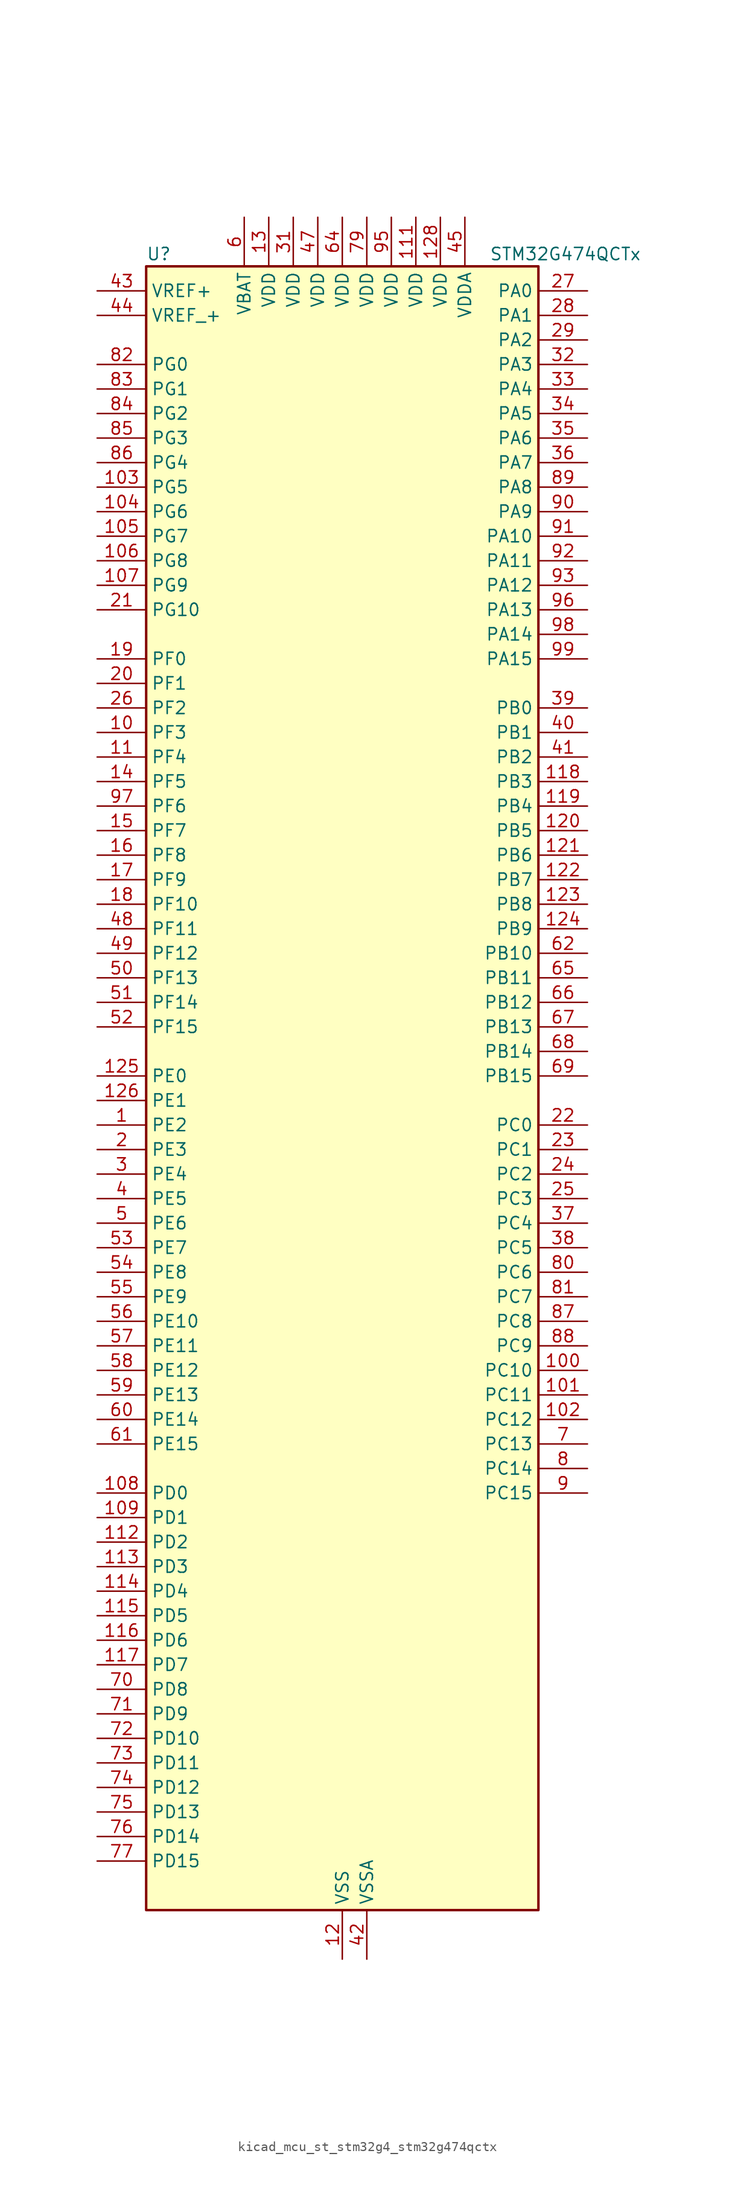
<source format=kicad_sym>
(kicad_symbol_lib
  (version 20220914)
  (generator kicad_symbol_editor)
  (symbol "kicad_mcu_st_stm32g4_stm32g474qctx"
    (property "Reference" "U"
      (at -20.32 87.63 0)
      (effects (font (size 1.27 1.27)) (justify left)))
    (property "Value" "STM32G474QCTx"
      (at 15.24 87.63 0)
      (effects (font (size 1.27 1.27)) (justify left)))
    (property "ki_locked" ""
      (at 0 0 0)
      (effects (font (size 1.27 1.27))))
    (symbol "kicad_mcu_st_stm32g4_stm32g474qctx_0_1"
      (rectangle (start -20.32 -83.82) (end 20.32 86.36) (stroke (width 0.254) (type default)) (fill (type background))))
    (symbol "kicad_mcu_st_stm32g4_stm32g474qctx_1_1"
      (pin bidirectional line (at -25.4 -2.54 0) (length 5.08) (name "PE2" (effects (font (size 1.27 1.27)))) (number "1" (effects (font (size 1.27 1.27)))) (alternate "ADC3_EXTI2" bidirectional line) (alternate "ADC4_EXTI2" bidirectional line) (alternate "ADC5_EXTI2" bidirectional line) (alternate "FMC_A23" bidirectional line) (alternate "SAI1_CK1" bidirectional line) (alternate "SAI1_MCLK_A" bidirectional line) (alternate "SPI4_SCK" bidirectional line) (alternate "SYS_TRACECLK" bidirectional line) (alternate "TIM20_CH1" bidirectional line) (alternate "TIM3_CH1" bidirectional line))
      (pin bidirectional line (at -25.4 38.1 0) (length 5.08) (name "PF3" (effects (font (size 1.27 1.27)))) (number "10" (effects (font (size 1.27 1.27)))) (alternate "ADC3_EXTI3" bidirectional line) (alternate "ADC4_EXTI3" bidirectional line) (alternate "ADC5_EXTI3" bidirectional line) (alternate "FMC_A3" bidirectional line) (alternate "I2C3_SCL" bidirectional line) (alternate "TIM20_CH4" bidirectional line))
      (pin bidirectional line (at 25.4 -27.94 180) (length 5.08) (name "PC10" (effects (font (size 1.27 1.27)))) (number "100" (effects (font (size 1.27 1.27)))) (alternate "DAC1_EXTI10" bidirectional line) (alternate "DAC2_EXTI10" bidirectional line) (alternate "DAC3_EXTI10" bidirectional line) (alternate "DAC4_EXTI10" bidirectional line) (alternate "HRTIM1_FLT6" bidirectional line) (alternate "I2S3_CK" bidirectional line) (alternate "SPI3_SCK" bidirectional line) (alternate "TIM8_CH1N" bidirectional line) (alternate "UART4_TX" bidirectional line) (alternate "USART3_TX" bidirectional line))
      (pin bidirectional line (at 25.4 -30.48 180) (length 5.08) (name "PC11" (effects (font (size 1.27 1.27)))) (number "101" (effects (font (size 1.27 1.27)))) (alternate "ADC1_EXTI11" bidirectional line) (alternate "ADC2_EXTI11" bidirectional line) (alternate "HRTIM1_EEV2" bidirectional line) (alternate "I2C3_SDA" bidirectional line) (alternate "SPI3_MISO" bidirectional line) (alternate "TIM8_CH2N" bidirectional line) (alternate "UART4_RX" bidirectional line) (alternate "USART3_RX" bidirectional line))
      (pin bidirectional line (at 25.4 -33.02 180) (length 5.08) (name "PC12" (effects (font (size 1.27 1.27)))) (number "102" (effects (font (size 1.27 1.27)))) (alternate "HRTIM1_EEV1" bidirectional line) (alternate "I2S3_SD" bidirectional line) (alternate "SPI3_MOSI" bidirectional line) (alternate "TIM5_CH2" bidirectional line) (alternate "TIM8_CH3N" bidirectional line) (alternate "UART5_TX" bidirectional line) (alternate "UCPD1_FRSTX1" bidirectional line) (alternate "UCPD1_FRSTX2" bidirectional line) (alternate "USART3_CK" bidirectional line))
      (pin bidirectional line (at -25.4 63.5 0) (length 5.08) (name "PG5" (effects (font (size 1.27 1.27)))) (number "103" (effects (font (size 1.27 1.27)))) (alternate "FMC_A15" bidirectional line) (alternate "LPUART1_CTS" bidirectional line) (alternate "SPI1_NSS" bidirectional line) (alternate "TIM20_ETR" bidirectional line))
      (pin bidirectional line (at -25.4 60.96 0) (length 5.08) (name "PG6" (effects (font (size 1.27 1.27)))) (number "104" (effects (font (size 1.27 1.27)))) (alternate "FMC_INT" bidirectional line) (alternate "I2C3_SMBA" bidirectional line) (alternate "LPUART1_DE" bidirectional line) (alternate "LPUART1_RTS" bidirectional line) (alternate "TIM20_BKIN" bidirectional line))
      (pin bidirectional line (at -25.4 58.42 0) (length 5.08) (name "PG7" (effects (font (size 1.27 1.27)))) (number "105" (effects (font (size 1.27 1.27)))) (alternate "FMC_INT" bidirectional line) (alternate "I2C3_SCL" bidirectional line) (alternate "LPUART1_TX" bidirectional line) (alternate "SAI1_CK1" bidirectional line) (alternate "SAI1_MCLK_A" bidirectional line))
      (pin bidirectional line (at -25.4 55.88 0) (length 5.08) (name "PG8" (effects (font (size 1.27 1.27)))) (number "106" (effects (font (size 1.27 1.27)))) (alternate "FMC_NE3" bidirectional line) (alternate "I2C3_SDA" bidirectional line) (alternate "LPUART1_RX" bidirectional line))
      (pin bidirectional line (at -25.4 53.34 0) (length 5.08) (name "PG9" (effects (font (size 1.27 1.27)))) (number "107" (effects (font (size 1.27 1.27)))) (alternate "DAC1_EXTI9" bidirectional line) (alternate "DAC2_EXTI9" bidirectional line) (alternate "DAC3_EXTI9" bidirectional line) (alternate "DAC4_EXTI9" bidirectional line) (alternate "FMC_NCE" bidirectional line) (alternate "FMC_NE2" bidirectional line) (alternate "SPI3_SCK" bidirectional line) (alternate "TIM15_CH1N" bidirectional line) (alternate "USART1_TX" bidirectional line))
      (pin bidirectional line (at -25.4 -40.64 0) (length 5.08) (name "PD0" (effects (font (size 1.27 1.27)))) (number "108" (effects (font (size 1.27 1.27)))) (alternate "FDCAN1_RX" bidirectional line) (alternate "FMC_D2" bidirectional line) (alternate "FMC_DA2" bidirectional line) (alternate "TIM8_CH4N" bidirectional line))
      (pin bidirectional line (at -25.4 -43.18 0) (length 5.08) (name "PD1" (effects (font (size 1.27 1.27)))) (number "109" (effects (font (size 1.27 1.27)))) (alternate "FDCAN1_TX" bidirectional line) (alternate "FMC_D3" bidirectional line) (alternate "FMC_DA3" bidirectional line) (alternate "TIM8_BKIN2" bidirectional line) (alternate "TIM8_CH4" bidirectional line))
      (pin bidirectional line (at -25.4 35.56 0) (length 5.08) (name "PF4" (effects (font (size 1.27 1.27)))) (number "11" (effects (font (size 1.27 1.27)))) (alternate "COMP1_OUT" bidirectional line) (alternate "FMC_A4" bidirectional line) (alternate "I2C3_SDA" bidirectional line) (alternate "TIM20_CH1N" bidirectional line))
      (pin passive line (at 0 -88.9 90) (length 5.08) hide (name "VSS" (effects (font (size 1.27 1.27)))) (number "110" (effects (font (size 1.27 1.27)))))
      (pin power_in line (at 7.62 91.44 270) (length 5.08) (name "VDD" (effects (font (size 1.27 1.27)))) (number "111" (effects (font (size 1.27 1.27)))))
      (pin bidirectional line (at -25.4 -45.72 0) (length 5.08) (name "PD2" (effects (font (size 1.27 1.27)))) (number "112" (effects (font (size 1.27 1.27)))) (alternate "ADC3_EXTI2" bidirectional line) (alternate "ADC4_EXTI2" bidirectional line) (alternate "ADC5_EXTI2" bidirectional line) (alternate "TIM3_ETR" bidirectional line) (alternate "TIM8_BKIN" bidirectional line) (alternate "UART5_RX" bidirectional line))
      (pin bidirectional line (at -25.4 -48.26 0) (length 5.08) (name "PD3" (effects (font (size 1.27 1.27)))) (number "113" (effects (font (size 1.27 1.27)))) (alternate "ADC3_EXTI3" bidirectional line) (alternate "ADC4_EXTI3" bidirectional line) (alternate "ADC5_EXTI3" bidirectional line) (alternate "FMC_CLK" bidirectional line) (alternate "QUADSPI1_BK2_NCS" bidirectional line) (alternate "TIM2_CH1" bidirectional line) (alternate "TIM2_ETR" bidirectional line) (alternate "USART2_CTS" bidirectional line) (alternate "USART2_NSS" bidirectional line))
      (pin bidirectional line (at -25.4 -50.8 0) (length 5.08) (name "PD4" (effects (font (size 1.27 1.27)))) (number "114" (effects (font (size 1.27 1.27)))) (alternate "FMC_NOE" bidirectional line) (alternate "QUADSPI1_BK2_IO0" bidirectional line) (alternate "TIM2_CH2" bidirectional line) (alternate "USART2_DE" bidirectional line) (alternate "USART2_RTS" bidirectional line))
      (pin bidirectional line (at -25.4 -53.34 0) (length 5.08) (name "PD5" (effects (font (size 1.27 1.27)))) (number "115" (effects (font (size 1.27 1.27)))) (alternate "FMC_NWE" bidirectional line) (alternate "QUADSPI1_BK2_IO1" bidirectional line) (alternate "USART2_TX" bidirectional line))
      (pin bidirectional line (at -25.4 -55.88 0) (length 5.08) (name "PD6" (effects (font (size 1.27 1.27)))) (number "116" (effects (font (size 1.27 1.27)))) (alternate "FMC_NWAIT" bidirectional line) (alternate "QUADSPI1_BK2_IO2" bidirectional line) (alternate "SAI1_D1" bidirectional line) (alternate "SAI1_SD_A" bidirectional line) (alternate "TIM2_CH4" bidirectional line) (alternate "USART2_RX" bidirectional line))
      (pin bidirectional line (at -25.4 -58.42 0) (length 5.08) (name "PD7" (effects (font (size 1.27 1.27)))) (number "117" (effects (font (size 1.27 1.27)))) (alternate "FMC_NCE" bidirectional line) (alternate "FMC_NE1" bidirectional line) (alternate "QUADSPI1_BK2_IO3" bidirectional line) (alternate "TIM2_CH3" bidirectional line) (alternate "USART2_CK" bidirectional line))
      (pin bidirectional line (at 25.4 33.02 180) (length 5.08) (name "PB3" (effects (font (size 1.27 1.27)))) (number "118" (effects (font (size 1.27 1.27)))) (alternate "ADC3_EXTI3" bidirectional line) (alternate "ADC4_EXTI3" bidirectional line) (alternate "ADC5_EXTI3" bidirectional line) (alternate "CRS_SYNC" bidirectional line) (alternate "FDCAN3_RX" bidirectional line) (alternate "HRTIM1_EEV9" bidirectional line) (alternate "HRTIM1_SCOUT" bidirectional line) (alternate "I2S3_CK" bidirectional line) (alternate "SAI1_SCK_B" bidirectional line) (alternate "SPI1_SCK" bidirectional line) (alternate "SPI3_SCK" bidirectional line) (alternate "SYS_JTDO-SWO" bidirectional line) (alternate "TIM2_CH2" bidirectional line) (alternate "TIM3_ETR" bidirectional line) (alternate "TIM4_ETR" bidirectional line) (alternate "TIM8_CH1N" bidirectional line) (alternate "USART2_TX" bidirectional line))
      (pin bidirectional line (at 25.4 30.48 180) (length 5.08) (name "PB4" (effects (font (size 1.27 1.27)))) (number "119" (effects (font (size 1.27 1.27)))) (alternate "FDCAN3_TX" bidirectional line) (alternate "HRTIM1_EEV7" bidirectional line) (alternate "SAI1_MCLK_B" bidirectional line) (alternate "SPI1_MISO" bidirectional line) (alternate "SPI3_MISO" bidirectional line) (alternate "SYS_JTRST" bidirectional line) (alternate "TIM16_CH1" bidirectional line) (alternate "TIM17_BKIN" bidirectional line) (alternate "TIM3_CH1" bidirectional line) (alternate "TIM8_CH2N" bidirectional line) (alternate "UART5_DE" bidirectional line) (alternate "UART5_RTS" bidirectional line) (alternate "UCPD1_CC2" bidirectional line) (alternate "USART2_RX" bidirectional line))
      (pin power_in line (at 0 -88.9 90) (length 5.08) (name "VSS" (effects (font (size 1.27 1.27)))) (number "12" (effects (font (size 1.27 1.27)))))
      (pin bidirectional line (at 25.4 27.94 180) (length 5.08) (name "PB5" (effects (font (size 1.27 1.27)))) (number "120" (effects (font (size 1.27 1.27)))) (alternate "FDCAN2_RX" bidirectional line) (alternate "HRTIM1_EEV6" bidirectional line) (alternate "I2C1_SMBA" bidirectional line) (alternate "I2C3_SDA" bidirectional line) (alternate "I2S3_SD" bidirectional line) (alternate "LPTIM1_IN1" bidirectional line) (alternate "SAI1_SD_B" bidirectional line) (alternate "SPI1_MOSI" bidirectional line) (alternate "SPI3_MOSI" bidirectional line) (alternate "TIM16_BKIN" bidirectional line) (alternate "TIM17_CH1" bidirectional line) (alternate "TIM3_CH2" bidirectional line) (alternate "TIM8_CH3N" bidirectional line) (alternate "UART5_CTS" bidirectional line) (alternate "USART2_CK" bidirectional line))
      (pin bidirectional line (at 25.4 25.4 180) (length 5.08) (name "PB6" (effects (font (size 1.27 1.27)))) (number "121" (effects (font (size 1.27 1.27)))) (alternate "COMP4_OUT" bidirectional line) (alternate "FDCAN2_TX" bidirectional line) (alternate "HRTIM1_EEV4" bidirectional line) (alternate "HRTIM1_SCIN" bidirectional line) (alternate "LPTIM1_ETR" bidirectional line) (alternate "SAI1_FS_B" bidirectional line) (alternate "TIM16_CH1N" bidirectional line) (alternate "TIM4_CH1" bidirectional line) (alternate "TIM8_BKIN2" bidirectional line) (alternate "TIM8_CH1" bidirectional line) (alternate "TIM8_ETR" bidirectional line) (alternate "UCPD1_CC1" bidirectional line) (alternate "USART1_TX" bidirectional line))
      (pin bidirectional line (at 25.4 22.86 180) (length 5.08) (name "PB7" (effects (font (size 1.27 1.27)))) (number "122" (effects (font (size 1.27 1.27)))) (alternate "COMP3_OUT" bidirectional line) (alternate "FMC_NL" bidirectional line) (alternate "HRTIM1_EEV3" bidirectional line) (alternate "I2C1_SDA" bidirectional line) (alternate "I2C4_SDA" bidirectional line) (alternate "LPTIM1_IN2" bidirectional line) (alternate "SYS_PVD_IN" bidirectional line) (alternate "TIM17_CH1N" bidirectional line) (alternate "TIM3_CH4" bidirectional line) (alternate "TIM4_CH2" bidirectional line) (alternate "TIM8_BKIN" bidirectional line) (alternate "UART4_CTS" bidirectional line) (alternate "USART1_RX" bidirectional line))
      (pin bidirectional line (at 25.4 20.32 180) (length 5.08) (name "PB8" (effects (font (size 1.27 1.27)))) (number "123" (effects (font (size 1.27 1.27)))) (alternate "COMP1_OUT" bidirectional line) (alternate "FDCAN1_RX" bidirectional line) (alternate "HRTIM1_EEV8" bidirectional line) (alternate "I2C1_SCL" bidirectional line) (alternate "SAI1_CK1" bidirectional line) (alternate "SAI1_MCLK_A" bidirectional line) (alternate "TIM16_CH1" bidirectional line) (alternate "TIM1_BKIN" bidirectional line) (alternate "TIM4_CH3" bidirectional line) (alternate "TIM8_CH2" bidirectional line) (alternate "USART3_RX" bidirectional line))
      (pin bidirectional line (at 25.4 17.78 180) (length 5.08) (name "PB9" (effects (font (size 1.27 1.27)))) (number "124" (effects (font (size 1.27 1.27)))) (alternate "COMP2_OUT" bidirectional line) (alternate "DAC1_EXTI9" bidirectional line) (alternate "DAC2_EXTI9" bidirectional line) (alternate "DAC3_EXTI9" bidirectional line) (alternate "DAC4_EXTI9" bidirectional line) (alternate "FDCAN1_TX" bidirectional line) (alternate "HRTIM1_EEV5" bidirectional line) (alternate "I2C1_SDA" bidirectional line) (alternate "IR_OUT" bidirectional line) (alternate "SAI1_D2" bidirectional line) (alternate "SAI1_FS_A" bidirectional line) (alternate "TIM17_CH1" bidirectional line) (alternate "TIM1_CH3N" bidirectional line) (alternate "TIM4_CH4" bidirectional line) (alternate "TIM8_CH3" bidirectional line) (alternate "USART3_TX" bidirectional line))
      (pin bidirectional line (at -25.4 2.54 0) (length 5.08) (name "PE0" (effects (font (size 1.27 1.27)))) (number "125" (effects (font (size 1.27 1.27)))) (alternate "FMC_NBL0" bidirectional line) (alternate "TIM16_CH1" bidirectional line) (alternate "TIM20_CH4N" bidirectional line) (alternate "TIM20_ETR" bidirectional line) (alternate "TIM4_ETR" bidirectional line) (alternate "USART1_TX" bidirectional line))
      (pin bidirectional line (at -25.4 0 0) (length 5.08) (name "PE1" (effects (font (size 1.27 1.27)))) (number "126" (effects (font (size 1.27 1.27)))) (alternate "FMC_NBL1" bidirectional line) (alternate "TIM17_CH1" bidirectional line) (alternate "TIM20_CH4" bidirectional line) (alternate "USART1_RX" bidirectional line))
      (pin passive line (at 0 -88.9 90) (length 5.08) hide (name "VSS" (effects (font (size 1.27 1.27)))) (number "127" (effects (font (size 1.27 1.27)))))
      (pin power_in line (at 10.16 91.44 270) (length 5.08) (name "VDD" (effects (font (size 1.27 1.27)))) (number "128" (effects (font (size 1.27 1.27)))))
      (pin power_in line (at -7.62 91.44 270) (length 5.08) (name "VDD" (effects (font (size 1.27 1.27)))) (number "13" (effects (font (size 1.27 1.27)))))
      (pin bidirectional line (at -25.4 33.02 0) (length 5.08) (name "PF5" (effects (font (size 1.27 1.27)))) (number "14" (effects (font (size 1.27 1.27)))) (alternate "FMC_A5" bidirectional line) (alternate "TIM20_CH2N" bidirectional line))
      (pin bidirectional line (at -25.4 27.94 0) (length 5.08) (name "PF7" (effects (font (size 1.27 1.27)))) (number "15" (effects (font (size 1.27 1.27)))) (alternate "FMC_A1" bidirectional line) (alternate "QUADSPI1_BK1_IO2" bidirectional line) (alternate "SAI1_MCLK_B" bidirectional line) (alternate "TIM20_BKIN" bidirectional line) (alternate "TIM5_CH2" bidirectional line))
      (pin bidirectional line (at -25.4 25.4 0) (length 5.08) (name "PF8" (effects (font (size 1.27 1.27)))) (number "16" (effects (font (size 1.27 1.27)))) (alternate "FMC_A24" bidirectional line) (alternate "QUADSPI1_BK1_IO0" bidirectional line) (alternate "SAI1_SCK_B" bidirectional line) (alternate "TIM20_BKIN2" bidirectional line) (alternate "TIM5_CH3" bidirectional line))
      (pin bidirectional line (at -25.4 22.86 0) (length 5.08) (name "PF9" (effects (font (size 1.27 1.27)))) (number "17" (effects (font (size 1.27 1.27)))) (alternate "DAC1_EXTI9" bidirectional line) (alternate "DAC2_EXTI9" bidirectional line) (alternate "DAC3_EXTI9" bidirectional line) (alternate "DAC4_EXTI9" bidirectional line) (alternate "FMC_A25" bidirectional line) (alternate "QUADSPI1_BK1_IO1" bidirectional line) (alternate "SAI1_FS_B" bidirectional line) (alternate "SPI2_SCK" bidirectional line) (alternate "TIM15_CH1" bidirectional line) (alternate "TIM20_BKIN" bidirectional line) (alternate "TIM5_CH4" bidirectional line))
      (pin bidirectional line (at -25.4 20.32 0) (length 5.08) (name "PF10" (effects (font (size 1.27 1.27)))) (number "18" (effects (font (size 1.27 1.27)))) (alternate "DAC1_EXTI10" bidirectional line) (alternate "DAC2_EXTI10" bidirectional line) (alternate "DAC3_EXTI10" bidirectional line) (alternate "DAC4_EXTI10" bidirectional line) (alternate "FMC_A0" bidirectional line) (alternate "QUADSPI1_CLK" bidirectional line) (alternate "SAI1_D3" bidirectional line) (alternate "SPI2_SCK" bidirectional line) (alternate "TIM15_CH2" bidirectional line) (alternate "TIM20_BKIN2" bidirectional line))
      (pin bidirectional line (at -25.4 45.72 0) (length 5.08) (name "PF0" (effects (font (size 1.27 1.27)))) (number "19" (effects (font (size 1.27 1.27)))) (alternate "ADC1_IN10" bidirectional line) (alternate "I2C2_SDA" bidirectional line) (alternate "I2S2_WS" bidirectional line) (alternate "RCC_OSC_IN" bidirectional line) (alternate "SPI2_NSS" bidirectional line) (alternate "TIM1_CH3N" bidirectional line))
      (pin bidirectional line (at -25.4 -5.08 0) (length 5.08) (name "PE3" (effects (font (size 1.27 1.27)))) (number "2" (effects (font (size 1.27 1.27)))) (alternate "ADC3_EXTI3" bidirectional line) (alternate "ADC4_EXTI3" bidirectional line) (alternate "ADC5_EXTI3" bidirectional line) (alternate "FMC_A19" bidirectional line) (alternate "SAI1_SD_B" bidirectional line) (alternate "SPI4_NSS" bidirectional line) (alternate "SYS_TRACED0" bidirectional line) (alternate "TIM20_CH2" bidirectional line) (alternate "TIM3_CH2" bidirectional line))
      (pin bidirectional line (at -25.4 43.18 0) (length 5.08) (name "PF1" (effects (font (size 1.27 1.27)))) (number "20" (effects (font (size 1.27 1.27)))) (alternate "ADC2_IN10" bidirectional line) (alternate "COMP3_INM" bidirectional line) (alternate "I2S2_CK" bidirectional line) (alternate "RCC_OSC_OUT" bidirectional line) (alternate "SPI2_SCK" bidirectional line))
      (pin bidirectional line (at -25.4 50.8 0) (length 5.08) (name "PG10" (effects (font (size 1.27 1.27)))) (number "21" (effects (font (size 1.27 1.27)))) (alternate "DAC1_EXTI10" bidirectional line) (alternate "DAC2_EXTI10" bidirectional line) (alternate "DAC3_EXTI10" bidirectional line) (alternate "DAC4_EXTI10" bidirectional line) (alternate "RCC_MCO" bidirectional line))
      (pin bidirectional line (at 25.4 -2.54 180) (length 5.08) (name "PC0" (effects (font (size 1.27 1.27)))) (number "22" (effects (font (size 1.27 1.27)))) (alternate "ADC1_IN6" bidirectional line) (alternate "ADC2_IN6" bidirectional line) (alternate "COMP3_INM" bidirectional line) (alternate "LPTIM1_IN1" bidirectional line) (alternate "LPUART1_RX" bidirectional line) (alternate "TIM1_CH1" bidirectional line))
      (pin bidirectional line (at 25.4 -5.08 180) (length 5.08) (name "PC1" (effects (font (size 1.27 1.27)))) (number "23" (effects (font (size 1.27 1.27)))) (alternate "ADC1_IN7" bidirectional line) (alternate "ADC2_IN7" bidirectional line) (alternate "COMP3_INP" bidirectional line) (alternate "LPTIM1_OUT" bidirectional line) (alternate "LPUART1_TX" bidirectional line) (alternate "QUADSPI1_BK2_IO0" bidirectional line) (alternate "SAI1_SD_A" bidirectional line) (alternate "TIM1_CH2" bidirectional line))
      (pin bidirectional line (at 25.4 -7.62 180) (length 5.08) (name "PC2" (effects (font (size 1.27 1.27)))) (number "24" (effects (font (size 1.27 1.27)))) (alternate "ADC1_IN8" bidirectional line) (alternate "ADC2_IN8" bidirectional line) (alternate "ADC3_EXTI2" bidirectional line) (alternate "ADC4_EXTI2" bidirectional line) (alternate "ADC5_EXTI2" bidirectional line) (alternate "COMP3_OUT" bidirectional line) (alternate "LPTIM1_IN2" bidirectional line) (alternate "QUADSPI1_BK2_IO1" bidirectional line) (alternate "TIM1_CH3" bidirectional line) (alternate "TIM20_CH2" bidirectional line))
      (pin bidirectional line (at 25.4 -10.16 180) (length 5.08) (name "PC3" (effects (font (size 1.27 1.27)))) (number "25" (effects (font (size 1.27 1.27)))) (alternate "ADC1_IN9" bidirectional line) (alternate "ADC2_IN9" bidirectional line) (alternate "ADC3_EXTI3" bidirectional line) (alternate "ADC4_EXTI3" bidirectional line) (alternate "ADC5_EXTI3" bidirectional line) (alternate "LPTIM1_ETR" bidirectional line) (alternate "OPAMP5_VINP" bidirectional line) (alternate "OPAMP5_VINP_SEC" bidirectional line) (alternate "QUADSPI1_BK2_IO2" bidirectional line) (alternate "SAI1_D1" bidirectional line) (alternate "SAI1_SD_A" bidirectional line) (alternate "TIM1_BKIN2" bidirectional line) (alternate "TIM1_CH4" bidirectional line))
      (pin bidirectional line (at -25.4 40.64 0) (length 5.08) (name "PF2" (effects (font (size 1.27 1.27)))) (number "26" (effects (font (size 1.27 1.27)))) (alternate "ADC3_EXTI2" bidirectional line) (alternate "ADC4_EXTI2" bidirectional line) (alternate "ADC5_EXTI2" bidirectional line) (alternate "FMC_A2" bidirectional line) (alternate "I2C2_SMBA" bidirectional line) (alternate "TIM20_CH3" bidirectional line))
      (pin bidirectional line (at 25.4 83.82 180) (length 5.08) (name "PA0" (effects (font (size 1.27 1.27)))) (number "27" (effects (font (size 1.27 1.27)))) (alternate "ADC1_IN1" bidirectional line) (alternate "ADC2_IN1" bidirectional line) (alternate "COMP1_INM" bidirectional line) (alternate "COMP1_OUT" bidirectional line) (alternate "COMP3_INP" bidirectional line) (alternate "RTC_TAMP2" bidirectional line) (alternate "SYS_WKUP1" bidirectional line) (alternate "TIM2_CH1" bidirectional line) (alternate "TIM2_ETR" bidirectional line) (alternate "TIM5_CH1" bidirectional line) (alternate "TIM8_BKIN" bidirectional line) (alternate "TIM8_ETR" bidirectional line) (alternate "USART2_CTS" bidirectional line) (alternate "USART2_NSS" bidirectional line))
      (pin bidirectional line (at 25.4 81.28 180) (length 5.08) (name "PA1" (effects (font (size 1.27 1.27)))) (number "28" (effects (font (size 1.27 1.27)))) (alternate "ADC1_IN2" bidirectional line) (alternate "ADC2_IN2" bidirectional line) (alternate "COMP1_INP" bidirectional line) (alternate "OPAMP1_VINP" bidirectional line) (alternate "OPAMP1_VINP_SEC" bidirectional line) (alternate "OPAMP3_VINP" bidirectional line) (alternate "OPAMP3_VINP_SEC" bidirectional line) (alternate "OPAMP6_VINM" bidirectional line) (alternate "OPAMP6_VINM0" bidirectional line) (alternate "OPAMP6_VINM_SEC" bidirectional line) (alternate "RTC_REFIN" bidirectional line) (alternate "TIM15_CH1N" bidirectional line) (alternate "TIM2_CH2" bidirectional line) (alternate "TIM5_CH2" bidirectional line) (alternate "USART2_DE" bidirectional line) (alternate "USART2_RTS" bidirectional line))
      (pin bidirectional line (at 25.4 78.74 180) (length 5.08) (name "PA2" (effects (font (size 1.27 1.27)))) (number "29" (effects (font (size 1.27 1.27)))) (alternate "ADC1_IN3" bidirectional line) (alternate "ADC3_EXTI2" bidirectional line) (alternate "ADC4_EXTI2" bidirectional line) (alternate "ADC5_EXTI2" bidirectional line) (alternate "COMP2_INM" bidirectional line) (alternate "COMP2_OUT" bidirectional line) (alternate "LPUART1_TX" bidirectional line) (alternate "OPAMP1_VOUT" bidirectional line) (alternate "QUADSPI1_BK1_NCS" bidirectional line) (alternate "RCC_LSCO" bidirectional line) (alternate "SYS_WKUP4" bidirectional line) (alternate "TIM15_CH1" bidirectional line) (alternate "TIM2_CH3" bidirectional line) (alternate "TIM5_CH3" bidirectional line) (alternate "UCPD1_FRSTX1" bidirectional line) (alternate "UCPD1_FRSTX2" bidirectional line) (alternate "USART2_TX" bidirectional line))
      (pin bidirectional line (at -25.4 -7.62 0) (length 5.08) (name "PE4" (effects (font (size 1.27 1.27)))) (number "3" (effects (font (size 1.27 1.27)))) (alternate "FMC_A20" bidirectional line) (alternate "SAI1_D2" bidirectional line) (alternate "SAI1_FS_A" bidirectional line) (alternate "SPI4_NSS" bidirectional line) (alternate "SYS_TRACED1" bidirectional line) (alternate "TIM20_CH1N" bidirectional line) (alternate "TIM3_CH3" bidirectional line))
      (pin passive line (at 0 -88.9 90) (length 5.08) hide (name "VSS" (effects (font (size 1.27 1.27)))) (number "30" (effects (font (size 1.27 1.27)))))
      (pin power_in line (at -5.08 91.44 270) (length 5.08) (name "VDD" (effects (font (size 1.27 1.27)))) (number "31" (effects (font (size 1.27 1.27)))))
      (pin bidirectional line (at 25.4 76.2 180) (length 5.08) (name "PA3" (effects (font (size 1.27 1.27)))) (number "32" (effects (font (size 1.27 1.27)))) (alternate "ADC1_IN4" bidirectional line) (alternate "ADC3_EXTI3" bidirectional line) (alternate "ADC4_EXTI3" bidirectional line) (alternate "ADC5_EXTI3" bidirectional line) (alternate "COMP2_INP" bidirectional line) (alternate "LPUART1_RX" bidirectional line) (alternate "OPAMP1_VINM" bidirectional line) (alternate "OPAMP1_VINM0" bidirectional line) (alternate "OPAMP1_VINM_SEC" bidirectional line) (alternate "OPAMP1_VINP" bidirectional line) (alternate "OPAMP1_VINP_SEC" bidirectional line) (alternate "OPAMP5_VINM" bidirectional line) (alternate "OPAMP5_VINM1" bidirectional line) (alternate "OPAMP5_VINM_SEC" bidirectional line) (alternate "QUADSPI1_CLK" bidirectional line) (alternate "SAI1_CK1" bidirectional line) (alternate "SAI1_MCLK_A" bidirectional line) (alternate "TIM15_CH2" bidirectional line) (alternate "TIM2_CH4" bidirectional line) (alternate "TIM5_CH4" bidirectional line) (alternate "USART2_RX" bidirectional line))
      (pin bidirectional line (at 25.4 73.66 180) (length 5.08) (name "PA4" (effects (font (size 1.27 1.27)))) (number "33" (effects (font (size 1.27 1.27)))) (alternate "ADC2_IN17" bidirectional line) (alternate "COMP1_INM" bidirectional line) (alternate "DAC1_OUT1" bidirectional line) (alternate "I2S3_WS" bidirectional line) (alternate "SAI1_FS_B" bidirectional line) (alternate "SPI1_NSS" bidirectional line) (alternate "SPI3_NSS" bidirectional line) (alternate "TIM3_CH2" bidirectional line) (alternate "USART2_CK" bidirectional line))
      (pin bidirectional line (at 25.4 71.12 180) (length 5.08) (name "PA5" (effects (font (size 1.27 1.27)))) (number "34" (effects (font (size 1.27 1.27)))) (alternate "ADC2_IN13" bidirectional line) (alternate "COMP2_INM" bidirectional line) (alternate "DAC1_OUT2" bidirectional line) (alternate "OPAMP2_VINM" bidirectional line) (alternate "OPAMP2_VINM0" bidirectional line) (alternate "OPAMP2_VINM_SEC" bidirectional line) (alternate "SPI1_SCK" bidirectional line) (alternate "TIM2_CH1" bidirectional line) (alternate "TIM2_ETR" bidirectional line) (alternate "UCPD1_FRSTX1" bidirectional line) (alternate "UCPD1_FRSTX2" bidirectional line))
      (pin bidirectional line (at 25.4 68.58 180) (length 5.08) (name "PA6" (effects (font (size 1.27 1.27)))) (number "35" (effects (font (size 1.27 1.27)))) (alternate "ADC2_IN3" bidirectional line) (alternate "COMP1_OUT" bidirectional line) (alternate "DAC2_OUT1" bidirectional line) (alternate "LPUART1_CTS" bidirectional line) (alternate "OPAMP2_VOUT" bidirectional line) (alternate "QUADSPI1_BK1_IO3" bidirectional line) (alternate "SPI1_MISO" bidirectional line) (alternate "TIM16_CH1" bidirectional line) (alternate "TIM1_BKIN" bidirectional line) (alternate "TIM3_CH1" bidirectional line) (alternate "TIM8_BKIN" bidirectional line))
      (pin bidirectional line (at 25.4 66.04 180) (length 5.08) (name "PA7" (effects (font (size 1.27 1.27)))) (number "36" (effects (font (size 1.27 1.27)))) (alternate "ADC2_IN4" bidirectional line) (alternate "COMP2_INP" bidirectional line) (alternate "COMP2_OUT" bidirectional line) (alternate "OPAMP1_VINP" bidirectional line) (alternate "OPAMP1_VINP_SEC" bidirectional line) (alternate "OPAMP2_VINP" bidirectional line) (alternate "OPAMP2_VINP_SEC" bidirectional line) (alternate "QUADSPI1_BK1_IO2" bidirectional line) (alternate "SPI1_MOSI" bidirectional line) (alternate "TIM17_CH1" bidirectional line) (alternate "TIM1_CH1N" bidirectional line) (alternate "TIM3_CH2" bidirectional line) (alternate "TIM8_CH1N" bidirectional line) (alternate "UCPD1_FRSTX1" bidirectional line) (alternate "UCPD1_FRSTX2" bidirectional line))
      (pin bidirectional line (at 25.4 -12.7 180) (length 5.08) (name "PC4" (effects (font (size 1.27 1.27)))) (number "37" (effects (font (size 1.27 1.27)))) (alternate "ADC2_IN5" bidirectional line) (alternate "I2C2_SCL" bidirectional line) (alternate "QUADSPI1_BK2_IO3" bidirectional line) (alternate "TIM1_ETR" bidirectional line) (alternate "USART1_TX" bidirectional line))
      (pin bidirectional line (at 25.4 -15.24 180) (length 5.08) (name "PC5" (effects (font (size 1.27 1.27)))) (number "38" (effects (font (size 1.27 1.27)))) (alternate "ADC2_IN11" bidirectional line) (alternate "HRTIM1_EEV10" bidirectional line) (alternate "OPAMP1_VINM" bidirectional line) (alternate "OPAMP1_VINM1" bidirectional line) (alternate "OPAMP1_VINM_SEC" bidirectional line) (alternate "OPAMP2_VINM" bidirectional line) (alternate "OPAMP2_VINM1" bidirectional line) (alternate "OPAMP2_VINM_SEC" bidirectional line) (alternate "SAI1_D3" bidirectional line) (alternate "SYS_WKUP5" bidirectional line) (alternate "TIM15_BKIN" bidirectional line) (alternate "TIM1_CH4N" bidirectional line) (alternate "USART1_RX" bidirectional line))
      (pin bidirectional line (at 25.4 40.64 180) (length 5.08) (name "PB0" (effects (font (size 1.27 1.27)))) (number "39" (effects (font (size 1.27 1.27)))) (alternate "ADC1_IN15" bidirectional line) (alternate "ADC3_IN12" bidirectional line) (alternate "COMP4_INP" bidirectional line) (alternate "HRTIM1_FLT5" bidirectional line) (alternate "OPAMP2_VINP" bidirectional line) (alternate "OPAMP2_VINP_SEC" bidirectional line) (alternate "OPAMP3_VINP" bidirectional line) (alternate "OPAMP3_VINP_SEC" bidirectional line) (alternate "QUADSPI1_BK1_IO1" bidirectional line) (alternate "TIM1_CH2N" bidirectional line) (alternate "TIM3_CH3" bidirectional line) (alternate "TIM8_CH2N" bidirectional line) (alternate "UCPD1_FRSTX1" bidirectional line) (alternate "UCPD1_FRSTX2" bidirectional line))
      (pin bidirectional line (at -25.4 -10.16 0) (length 5.08) (name "PE5" (effects (font (size 1.27 1.27)))) (number "4" (effects (font (size 1.27 1.27)))) (alternate "FMC_A21" bidirectional line) (alternate "SAI1_CK2" bidirectional line) (alternate "SAI1_SCK_A" bidirectional line) (alternate "SPI4_MISO" bidirectional line) (alternate "SYS_TRACED2" bidirectional line) (alternate "TIM20_CH2N" bidirectional line) (alternate "TIM3_CH4" bidirectional line))
      (pin bidirectional line (at 25.4 38.1 180) (length 5.08) (name "PB1" (effects (font (size 1.27 1.27)))) (number "40" (effects (font (size 1.27 1.27)))) (alternate "ADC1_IN12" bidirectional line) (alternate "ADC3_IN1" bidirectional line) (alternate "COMP1_INP" bidirectional line) (alternate "COMP4_OUT" bidirectional line) (alternate "HRTIM1_SCOUT" bidirectional line) (alternate "LPUART1_DE" bidirectional line) (alternate "LPUART1_RTS" bidirectional line) (alternate "OPAMP3_VOUT" bidirectional line) (alternate "OPAMP6_VINM" bidirectional line) (alternate "OPAMP6_VINM1" bidirectional line) (alternate "OPAMP6_VINM_SEC" bidirectional line) (alternate "QUADSPI1_BK1_IO0" bidirectional line) (alternate "TIM1_CH3N" bidirectional line) (alternate "TIM3_CH4" bidirectional line) (alternate "TIM8_CH3N" bidirectional line))
      (pin bidirectional line (at 25.4 35.56 180) (length 5.08) (name "PB2" (effects (font (size 1.27 1.27)))) (number "41" (effects (font (size 1.27 1.27)))) (alternate "ADC2_IN12" bidirectional line) (alternate "ADC3_EXTI2" bidirectional line) (alternate "ADC4_EXTI2" bidirectional line) (alternate "ADC5_EXTI2" bidirectional line) (alternate "COMP4_INM" bidirectional line) (alternate "HRTIM1_SCIN" bidirectional line) (alternate "I2C3_SMBA" bidirectional line) (alternate "LPTIM1_OUT" bidirectional line) (alternate "OPAMP3_VINM" bidirectional line) (alternate "OPAMP3_VINM0" bidirectional line) (alternate "OPAMP3_VINM_SEC" bidirectional line) (alternate "QUADSPI1_BK2_IO1" bidirectional line) (alternate "RTC_OUT2" bidirectional line) (alternate "TIM20_CH1" bidirectional line) (alternate "TIM5_CH1" bidirectional line))
      (pin power_in line (at 2.54 -88.9 90) (length 5.08) (name "VSSA" (effects (font (size 1.27 1.27)))) (number "42" (effects (font (size 1.27 1.27)))))
      (pin input line (at -25.4 83.82 0) (length 5.08) (name "VREF+" (effects (font (size 1.27 1.27)))) (number "43" (effects (font (size 1.27 1.27)))) (alternate "VREFBUF_OUT1" bidirectional line))
      (pin input line (at -25.4 81.28 0) (length 5.08) (name "VREF_+" (effects (font (size 1.27 1.27)))) (number "44" (effects (font (size 1.27 1.27)))) (alternate "VREFBUF_OUT2" bidirectional line))
      (pin power_in line (at 12.7 91.44 270) (length 5.08) (name "VDDA" (effects (font (size 1.27 1.27)))) (number "45" (effects (font (size 1.27 1.27)))))
      (pin passive line (at 0 -88.9 90) (length 5.08) hide (name "VSS" (effects (font (size 1.27 1.27)))) (number "46" (effects (font (size 1.27 1.27)))))
      (pin power_in line (at -2.54 91.44 270) (length 5.08) (name "VDD" (effects (font (size 1.27 1.27)))) (number "47" (effects (font (size 1.27 1.27)))))
      (pin bidirectional line (at -25.4 17.78 0) (length 5.08) (name "PF11" (effects (font (size 1.27 1.27)))) (number "48" (effects (font (size 1.27 1.27)))) (alternate "ADC1_EXTI11" bidirectional line) (alternate "ADC2_EXTI11" bidirectional line) (alternate "FMC_NE4" bidirectional line) (alternate "TIM20_ETR" bidirectional line))
      (pin bidirectional line (at -25.4 15.24 0) (length 5.08) (name "PF12" (effects (font (size 1.27 1.27)))) (number "49" (effects (font (size 1.27 1.27)))) (alternate "FMC_A6" bidirectional line) (alternate "TIM20_CH1" bidirectional line))
      (pin bidirectional line (at -25.4 -12.7 0) (length 5.08) (name "PE6" (effects (font (size 1.27 1.27)))) (number "5" (effects (font (size 1.27 1.27)))) (alternate "FMC_A22" bidirectional line) (alternate "RTC_TAMP3" bidirectional line) (alternate "SAI1_D1" bidirectional line) (alternate "SAI1_SD_A" bidirectional line) (alternate "SPI4_MOSI" bidirectional line) (alternate "SYS_TRACED3" bidirectional line) (alternate "SYS_WKUP3" bidirectional line) (alternate "TIM20_CH3N" bidirectional line))
      (pin bidirectional line (at -25.4 12.7 0) (length 5.08) (name "PF13" (effects (font (size 1.27 1.27)))) (number "50" (effects (font (size 1.27 1.27)))) (alternate "FMC_A7" bidirectional line) (alternate "I2C4_SMBA" bidirectional line) (alternate "TIM20_CH2" bidirectional line))
      (pin bidirectional line (at -25.4 10.16 0) (length 5.08) (name "PF14" (effects (font (size 1.27 1.27)))) (number "51" (effects (font (size 1.27 1.27)))) (alternate "FMC_A8" bidirectional line) (alternate "I2C4_SCL" bidirectional line) (alternate "TIM20_CH3" bidirectional line))
      (pin bidirectional line (at -25.4 7.62 0) (length 5.08) (name "PF15" (effects (font (size 1.27 1.27)))) (number "52" (effects (font (size 1.27 1.27)))) (alternate "ADC1_EXTI15" bidirectional line) (alternate "ADC2_EXTI15" bidirectional line) (alternate "FMC_A9" bidirectional line) (alternate "I2C4_SDA" bidirectional line) (alternate "TIM20_CH4" bidirectional line))
      (pin bidirectional line (at -25.4 -15.24 0) (length 5.08) (name "PE7" (effects (font (size 1.27 1.27)))) (number "53" (effects (font (size 1.27 1.27)))) (alternate "ADC3_IN4" bidirectional line) (alternate "COMP4_INP" bidirectional line) (alternate "FMC_D4" bidirectional line) (alternate "FMC_DA4" bidirectional line) (alternate "SAI1_SD_B" bidirectional line) (alternate "TIM1_ETR" bidirectional line))
      (pin bidirectional line (at -25.4 -17.78 0) (length 5.08) (name "PE8" (effects (font (size 1.27 1.27)))) (number "54" (effects (font (size 1.27 1.27)))) (alternate "ADC3_IN6" bidirectional line) (alternate "ADC4_IN6" bidirectional line) (alternate "ADC5_IN6" bidirectional line) (alternate "COMP4_INM" bidirectional line) (alternate "FMC_D5" bidirectional line) (alternate "FMC_DA5" bidirectional line) (alternate "SAI1_SCK_B" bidirectional line) (alternate "TIM1_CH1N" bidirectional line) (alternate "TIM5_CH3" bidirectional line))
      (pin bidirectional line (at -25.4 -20.32 0) (length 5.08) (name "PE9" (effects (font (size 1.27 1.27)))) (number "55" (effects (font (size 1.27 1.27)))) (alternate "ADC3_IN2" bidirectional line) (alternate "DAC1_EXTI9" bidirectional line) (alternate "DAC2_EXTI9" bidirectional line) (alternate "DAC3_EXTI9" bidirectional line) (alternate "DAC4_EXTI9" bidirectional line) (alternate "FMC_D6" bidirectional line) (alternate "FMC_DA6" bidirectional line) (alternate "SAI1_FS_B" bidirectional line) (alternate "TIM1_CH1" bidirectional line) (alternate "TIM5_CH4" bidirectional line))
      (pin bidirectional line (at -25.4 -22.86 0) (length 5.08) (name "PE10" (effects (font (size 1.27 1.27)))) (number "56" (effects (font (size 1.27 1.27)))) (alternate "ADC3_IN14" bidirectional line) (alternate "ADC4_IN14" bidirectional line) (alternate "ADC5_IN14" bidirectional line) (alternate "DAC1_EXTI10" bidirectional line) (alternate "DAC2_EXTI10" bidirectional line) (alternate "DAC3_EXTI10" bidirectional line) (alternate "DAC4_EXTI10" bidirectional line) (alternate "FMC_D7" bidirectional line) (alternate "FMC_DA7" bidirectional line) (alternate "QUADSPI1_CLK" bidirectional line) (alternate "SAI1_MCLK_B" bidirectional line) (alternate "TIM1_CH2N" bidirectional line))
      (pin bidirectional line (at -25.4 -25.4 0) (length 5.08) (name "PE11" (effects (font (size 1.27 1.27)))) (number "57" (effects (font (size 1.27 1.27)))) (alternate "ADC1_EXTI11" bidirectional line) (alternate "ADC2_EXTI11" bidirectional line) (alternate "ADC3_IN15" bidirectional line) (alternate "ADC4_IN15" bidirectional line) (alternate "ADC5_IN15" bidirectional line) (alternate "FMC_D8" bidirectional line) (alternate "FMC_DA8" bidirectional line) (alternate "QUADSPI1_BK1_NCS" bidirectional line) (alternate "SPI4_NSS" bidirectional line) (alternate "TIM1_CH2" bidirectional line))
      (pin bidirectional line (at -25.4 -27.94 0) (length 5.08) (name "PE12" (effects (font (size 1.27 1.27)))) (number "58" (effects (font (size 1.27 1.27)))) (alternate "ADC3_IN16" bidirectional line) (alternate "ADC4_IN16" bidirectional line) (alternate "ADC5_IN16" bidirectional line) (alternate "FMC_D9" bidirectional line) (alternate "FMC_DA9" bidirectional line) (alternate "QUADSPI1_BK1_IO0" bidirectional line) (alternate "SPI4_SCK" bidirectional line) (alternate "TIM1_CH3N" bidirectional line))
      (pin bidirectional line (at -25.4 -30.48 0) (length 5.08) (name "PE13" (effects (font (size 1.27 1.27)))) (number "59" (effects (font (size 1.27 1.27)))) (alternate "ADC3_IN3" bidirectional line) (alternate "FMC_D10" bidirectional line) (alternate "FMC_DA10" bidirectional line) (alternate "QUADSPI1_BK1_IO1" bidirectional line) (alternate "SPI4_MISO" bidirectional line) (alternate "TIM1_CH3" bidirectional line))
      (pin power_in line (at -10.16 91.44 270) (length 5.08) (name "VBAT" (effects (font (size 1.27 1.27)))) (number "6" (effects (font (size 1.27 1.27)))))
      (pin bidirectional line (at -25.4 -33.02 0) (length 5.08) (name "PE14" (effects (font (size 1.27 1.27)))) (number "60" (effects (font (size 1.27 1.27)))) (alternate "ADC4_IN1" bidirectional line) (alternate "FMC_D11" bidirectional line) (alternate "FMC_DA11" bidirectional line) (alternate "QUADSPI1_BK1_IO2" bidirectional line) (alternate "SPI4_MOSI" bidirectional line) (alternate "TIM1_BKIN2" bidirectional line) (alternate "TIM1_CH4" bidirectional line))
      (pin bidirectional line (at -25.4 -35.56 0) (length 5.08) (name "PE15" (effects (font (size 1.27 1.27)))) (number "61" (effects (font (size 1.27 1.27)))) (alternate "ADC1_EXTI15" bidirectional line) (alternate "ADC2_EXTI15" bidirectional line) (alternate "ADC4_IN2" bidirectional line) (alternate "FMC_D12" bidirectional line) (alternate "FMC_DA12" bidirectional line) (alternate "QUADSPI1_BK1_IO3" bidirectional line) (alternate "TIM1_BKIN" bidirectional line) (alternate "TIM1_CH4N" bidirectional line) (alternate "USART3_RX" bidirectional line))
      (pin bidirectional line (at 25.4 15.24 180) (length 5.08) (name "PB10" (effects (font (size 1.27 1.27)))) (number "62" (effects (font (size 1.27 1.27)))) (alternate "COMP5_INM" bidirectional line) (alternate "DAC1_EXTI10" bidirectional line) (alternate "DAC2_EXTI10" bidirectional line) (alternate "DAC3_EXTI10" bidirectional line) (alternate "DAC4_EXTI10" bidirectional line) (alternate "HRTIM1_FLT3" bidirectional line) (alternate "LPUART1_RX" bidirectional line) (alternate "OPAMP3_VINM" bidirectional line) (alternate "OPAMP3_VINM1" bidirectional line) (alternate "OPAMP3_VINM_SEC" bidirectional line) (alternate "OPAMP4_VINM" bidirectional line) (alternate "OPAMP4_VINM0" bidirectional line) (alternate "OPAMP4_VINM_SEC" bidirectional line) (alternate "QUADSPI1_CLK" bidirectional line) (alternate "SAI1_SCK_A" bidirectional line) (alternate "TIM1_BKIN" bidirectional line) (alternate "TIM2_CH3" bidirectional line) (alternate "USART3_TX" bidirectional line))
      (pin passive line (at 0 -88.9 90) (length 5.08) hide (name "VSS" (effects (font (size 1.27 1.27)))) (number "63" (effects (font (size 1.27 1.27)))))
      (pin power_in line (at 0 91.44 270) (length 5.08) (name "VDD" (effects (font (size 1.27 1.27)))) (number "64" (effects (font (size 1.27 1.27)))))
      (pin bidirectional line (at 25.4 12.7 180) (length 5.08) (name "PB11" (effects (font (size 1.27 1.27)))) (number "65" (effects (font (size 1.27 1.27)))) (alternate "ADC1_EXTI11" bidirectional line) (alternate "ADC1_IN14" bidirectional line) (alternate "ADC2_EXTI11" bidirectional line) (alternate "ADC2_IN14" bidirectional line) (alternate "COMP6_INP" bidirectional line) (alternate "HRTIM1_FLT4" bidirectional line) (alternate "LPUART1_TX" bidirectional line) (alternate "OPAMP4_VINP" bidirectional line) (alternate "OPAMP4_VINP_SEC" bidirectional line) (alternate "OPAMP6_VOUT" bidirectional line) (alternate "QUADSPI1_BK1_NCS" bidirectional line) (alternate "TIM2_CH4" bidirectional line) (alternate "USART3_RX" bidirectional line))
      (pin bidirectional line (at 25.4 10.16 180) (length 5.08) (name "PB12" (effects (font (size 1.27 1.27)))) (number "66" (effects (font (size 1.27 1.27)))) (alternate "ADC1_IN11" bidirectional line) (alternate "ADC4_IN3" bidirectional line) (alternate "COMP7_INM" bidirectional line) (alternate "FDCAN2_RX" bidirectional line) (alternate "HRTIM1_CHC1" bidirectional line) (alternate "I2C2_SMBA" bidirectional line) (alternate "I2S2_WS" bidirectional line) (alternate "LPUART1_DE" bidirectional line) (alternate "LPUART1_RTS" bidirectional line) (alternate "OPAMP4_VOUT" bidirectional line) (alternate "OPAMP6_VINP" bidirectional line) (alternate "OPAMP6_VINP_SEC" bidirectional line) (alternate "SPI2_NSS" bidirectional line) (alternate "TIM1_BKIN" bidirectional line) (alternate "TIM5_ETR" bidirectional line) (alternate "USART3_CK" bidirectional line))
      (pin bidirectional line (at 25.4 7.62 180) (length 5.08) (name "PB13" (effects (font (size 1.27 1.27)))) (number "67" (effects (font (size 1.27 1.27)))) (alternate "ADC3_IN5" bidirectional line) (alternate "COMP5_INP" bidirectional line) (alternate "FDCAN2_TX" bidirectional line) (alternate "HRTIM1_CHC2" bidirectional line) (alternate "I2S2_CK" bidirectional line) (alternate "LPUART1_CTS" bidirectional line) (alternate "OPAMP3_VINP" bidirectional line) (alternate "OPAMP3_VINP_SEC" bidirectional line) (alternate "OPAMP4_VINP" bidirectional line) (alternate "OPAMP4_VINP_SEC" bidirectional line) (alternate "OPAMP6_VINP" bidirectional line) (alternate "OPAMP6_VINP_SEC" bidirectional line) (alternate "SPI2_SCK" bidirectional line) (alternate "TIM1_CH1N" bidirectional line) (alternate "USART3_CTS" bidirectional line) (alternate "USART3_NSS" bidirectional line))
      (pin bidirectional line (at 25.4 5.08 180) (length 5.08) (name "PB14" (effects (font (size 1.27 1.27)))) (number "68" (effects (font (size 1.27 1.27)))) (alternate "ADC1_IN5" bidirectional line) (alternate "ADC4_IN4" bidirectional line) (alternate "COMP4_OUT" bidirectional line) (alternate "COMP7_INP" bidirectional line) (alternate "HRTIM1_CHD1" bidirectional line) (alternate "OPAMP2_VINP" bidirectional line) (alternate "OPAMP2_VINP_SEC" bidirectional line) (alternate "OPAMP5_VINP" bidirectional line) (alternate "OPAMP5_VINP_SEC" bidirectional line) (alternate "SPI2_MISO" bidirectional line) (alternate "TIM15_CH1" bidirectional line) (alternate "TIM1_CH2N" bidirectional line) (alternate "USART3_DE" bidirectional line) (alternate "USART3_RTS" bidirectional line))
      (pin bidirectional line (at 25.4 2.54 180) (length 5.08) (name "PB15" (effects (font (size 1.27 1.27)))) (number "69" (effects (font (size 1.27 1.27)))) (alternate "ADC1_EXTI15" bidirectional line) (alternate "ADC2_EXTI15" bidirectional line) (alternate "ADC2_IN15" bidirectional line) (alternate "ADC4_IN5" bidirectional line) (alternate "COMP3_OUT" bidirectional line) (alternate "COMP6_INM" bidirectional line) (alternate "HRTIM1_CHD2" bidirectional line) (alternate "I2S2_SD" bidirectional line) (alternate "OPAMP5_VINM" bidirectional line) (alternate "OPAMP5_VINM0" bidirectional line) (alternate "OPAMP5_VINM_SEC" bidirectional line) (alternate "RTC_REFIN" bidirectional line) (alternate "SPI2_MOSI" bidirectional line) (alternate "TIM15_CH1N" bidirectional line) (alternate "TIM15_CH2" bidirectional line) (alternate "TIM1_CH3N" bidirectional line))
      (pin bidirectional line (at 25.4 -35.56 180) (length 5.08) (name "PC13" (effects (font (size 1.27 1.27)))) (number "7" (effects (font (size 1.27 1.27)))) (alternate "RTC_OUT1" bidirectional line) (alternate "RTC_TAMP1" bidirectional line) (alternate "RTC_TS" bidirectional line) (alternate "SYS_WKUP2" bidirectional line) (alternate "TIM1_BKIN" bidirectional line) (alternate "TIM1_CH1N" bidirectional line) (alternate "TIM8_CH4N" bidirectional line))
      (pin bidirectional line (at -25.4 -60.96 0) (length 5.08) (name "PD8" (effects (font (size 1.27 1.27)))) (number "70" (effects (font (size 1.27 1.27)))) (alternate "ADC4_IN12" bidirectional line) (alternate "ADC5_IN12" bidirectional line) (alternate "FMC_D13" bidirectional line) (alternate "FMC_DA13" bidirectional line) (alternate "OPAMP4_VINM" bidirectional line) (alternate "OPAMP4_VINM1" bidirectional line) (alternate "OPAMP4_VINM_SEC" bidirectional line) (alternate "USART3_TX" bidirectional line))
      (pin bidirectional line (at -25.4 -63.5 0) (length 5.08) (name "PD9" (effects (font (size 1.27 1.27)))) (number "71" (effects (font (size 1.27 1.27)))) (alternate "ADC4_IN13" bidirectional line) (alternate "ADC5_IN13" bidirectional line) (alternate "DAC1_EXTI9" bidirectional line) (alternate "DAC2_EXTI9" bidirectional line) (alternate "DAC3_EXTI9" bidirectional line) (alternate "DAC4_EXTI9" bidirectional line) (alternate "FMC_D14" bidirectional line) (alternate "FMC_DA14" bidirectional line) (alternate "OPAMP6_VINP" bidirectional line) (alternate "OPAMP6_VINP_SEC" bidirectional line) (alternate "USART3_RX" bidirectional line))
      (pin bidirectional line (at -25.4 -66.04 0) (length 5.08) (name "PD10" (effects (font (size 1.27 1.27)))) (number "72" (effects (font (size 1.27 1.27)))) (alternate "ADC3_IN7" bidirectional line) (alternate "ADC4_IN7" bidirectional line) (alternate "ADC5_IN7" bidirectional line) (alternate "COMP6_INM" bidirectional line) (alternate "DAC1_EXTI10" bidirectional line) (alternate "DAC2_EXTI10" bidirectional line) (alternate "DAC3_EXTI10" bidirectional line) (alternate "DAC4_EXTI10" bidirectional line) (alternate "FMC_D15" bidirectional line) (alternate "FMC_DA15" bidirectional line) (alternate "USART3_CK" bidirectional line))
      (pin bidirectional line (at -25.4 -68.58 0) (length 5.08) (name "PD11" (effects (font (size 1.27 1.27)))) (number "73" (effects (font (size 1.27 1.27)))) (alternate "ADC1_EXTI11" bidirectional line) (alternate "ADC2_EXTI11" bidirectional line) (alternate "ADC3_IN8" bidirectional line) (alternate "ADC4_IN8" bidirectional line) (alternate "ADC5_IN8" bidirectional line) (alternate "COMP6_INP" bidirectional line) (alternate "FMC_A16" bidirectional line) (alternate "FMC_CLE" bidirectional line) (alternate "I2C4_SMBA" bidirectional line) (alternate "OPAMP4_VINP" bidirectional line) (alternate "OPAMP4_VINP_SEC" bidirectional line) (alternate "TIM5_ETR" bidirectional line) (alternate "USART3_CTS" bidirectional line) (alternate "USART3_NSS" bidirectional line))
      (pin bidirectional line (at -25.4 -71.12 0) (length 5.08) (name "PD12" (effects (font (size 1.27 1.27)))) (number "74" (effects (font (size 1.27 1.27)))) (alternate "ADC3_IN9" bidirectional line) (alternate "ADC4_IN9" bidirectional line) (alternate "ADC5_IN9" bidirectional line) (alternate "COMP5_INP" bidirectional line) (alternate "FMC_A17" bidirectional line) (alternate "FMC_ALE" bidirectional line) (alternate "OPAMP5_VINP" bidirectional line) (alternate "OPAMP5_VINP_SEC" bidirectional line) (alternate "TIM4_CH1" bidirectional line) (alternate "USART3_DE" bidirectional line) (alternate "USART3_RTS" bidirectional line))
      (pin bidirectional line (at -25.4 -73.66 0) (length 5.08) (name "PD13" (effects (font (size 1.27 1.27)))) (number "75" (effects (font (size 1.27 1.27)))) (alternate "ADC3_IN10" bidirectional line) (alternate "ADC4_IN10" bidirectional line) (alternate "ADC5_IN10" bidirectional line) (alternate "COMP5_INM" bidirectional line) (alternate "FMC_A18" bidirectional line) (alternate "TIM4_CH2" bidirectional line))
      (pin bidirectional line (at -25.4 -76.2 0) (length 5.08) (name "PD14" (effects (font (size 1.27 1.27)))) (number "76" (effects (font (size 1.27 1.27)))) (alternate "ADC3_IN11" bidirectional line) (alternate "ADC4_IN11" bidirectional line) (alternate "ADC5_IN11" bidirectional line) (alternate "COMP7_INP" bidirectional line) (alternate "FMC_D0" bidirectional line) (alternate "FMC_DA0" bidirectional line) (alternate "OPAMP2_VINP" bidirectional line) (alternate "OPAMP2_VINP_SEC" bidirectional line) (alternate "TIM4_CH3" bidirectional line))
      (pin bidirectional line (at -25.4 -78.74 0) (length 5.08) (name "PD15" (effects (font (size 1.27 1.27)))) (number "77" (effects (font (size 1.27 1.27)))) (alternate "ADC1_EXTI15" bidirectional line) (alternate "ADC2_EXTI15" bidirectional line) (alternate "COMP7_INM" bidirectional line) (alternate "FMC_D1" bidirectional line) (alternate "FMC_DA1" bidirectional line) (alternate "SPI2_NSS" bidirectional line) (alternate "TIM4_CH4" bidirectional line))
      (pin passive line (at 0 -88.9 90) (length 5.08) hide (name "VSS" (effects (font (size 1.27 1.27)))) (number "78" (effects (font (size 1.27 1.27)))))
      (pin power_in line (at 2.54 91.44 270) (length 5.08) (name "VDD" (effects (font (size 1.27 1.27)))) (number "79" (effects (font (size 1.27 1.27)))))
      (pin bidirectional line (at 25.4 -38.1 180) (length 5.08) (name "PC14" (effects (font (size 1.27 1.27)))) (number "8" (effects (font (size 1.27 1.27)))) (alternate "RCC_OSC32_IN" bidirectional line))
      (pin bidirectional line (at 25.4 -17.78 180) (length 5.08) (name "PC6" (effects (font (size 1.27 1.27)))) (number "80" (effects (font (size 1.27 1.27)))) (alternate "COMP6_OUT" bidirectional line) (alternate "HRTIM1_CHF1" bidirectional line) (alternate "HRTIM1_EEV10" bidirectional line) (alternate "I2C4_SCL" bidirectional line) (alternate "I2S2_MCK" bidirectional line) (alternate "TIM3_CH1" bidirectional line) (alternate "TIM8_CH1" bidirectional line))
      (pin bidirectional line (at 25.4 -20.32 180) (length 5.08) (name "PC7" (effects (font (size 1.27 1.27)))) (number "81" (effects (font (size 1.27 1.27)))) (alternate "COMP5_OUT" bidirectional line) (alternate "HRTIM1_CHF2" bidirectional line) (alternate "HRTIM1_FLT5" bidirectional line) (alternate "I2C4_SDA" bidirectional line) (alternate "I2S3_MCK" bidirectional line) (alternate "TIM3_CH2" bidirectional line) (alternate "TIM8_CH2" bidirectional line))
      (pin bidirectional line (at -25.4 76.2 0) (length 5.08) (name "PG0" (effects (font (size 1.27 1.27)))) (number "82" (effects (font (size 1.27 1.27)))) (alternate "FMC_A10" bidirectional line) (alternate "TIM20_CH1N" bidirectional line))
      (pin bidirectional line (at -25.4 73.66 0) (length 5.08) (name "PG1" (effects (font (size 1.27 1.27)))) (number "83" (effects (font (size 1.27 1.27)))) (alternate "FMC_A11" bidirectional line) (alternate "TIM20_CH2N" bidirectional line))
      (pin bidirectional line (at -25.4 71.12 0) (length 5.08) (name "PG2" (effects (font (size 1.27 1.27)))) (number "84" (effects (font (size 1.27 1.27)))) (alternate "ADC3_EXTI2" bidirectional line) (alternate "ADC4_EXTI2" bidirectional line) (alternate "ADC5_EXTI2" bidirectional line) (alternate "FMC_A12" bidirectional line) (alternate "SPI1_SCK" bidirectional line) (alternate "TIM20_CH3N" bidirectional line))
      (pin bidirectional line (at -25.4 68.58 0) (length 5.08) (name "PG3" (effects (font (size 1.27 1.27)))) (number "85" (effects (font (size 1.27 1.27)))) (alternate "ADC3_EXTI3" bidirectional line) (alternate "ADC4_EXTI3" bidirectional line) (alternate "ADC5_EXTI3" bidirectional line) (alternate "FMC_A13" bidirectional line) (alternate "I2C4_SCL" bidirectional line) (alternate "SPI1_MISO" bidirectional line) (alternate "TIM20_BKIN" bidirectional line) (alternate "TIM20_CH4N" bidirectional line))
      (pin bidirectional line (at -25.4 66.04 0) (length 5.08) (name "PG4" (effects (font (size 1.27 1.27)))) (number "86" (effects (font (size 1.27 1.27)))) (alternate "FMC_A14" bidirectional line) (alternate "I2C4_SDA" bidirectional line) (alternate "SPI1_MOSI" bidirectional line) (alternate "TIM20_BKIN2" bidirectional line))
      (pin bidirectional line (at 25.4 -22.86 180) (length 5.08) (name "PC8" (effects (font (size 1.27 1.27)))) (number "87" (effects (font (size 1.27 1.27)))) (alternate "COMP7_OUT" bidirectional line) (alternate "HRTIM1_CHE1" bidirectional line) (alternate "I2C3_SCL" bidirectional line) (alternate "TIM20_CH3" bidirectional line) (alternate "TIM3_CH3" bidirectional line) (alternate "TIM8_CH3" bidirectional line))
      (pin bidirectional line (at 25.4 -25.4 180) (length 5.08) (name "PC9" (effects (font (size 1.27 1.27)))) (number "88" (effects (font (size 1.27 1.27)))) (alternate "DAC1_EXTI9" bidirectional line) (alternate "DAC2_EXTI9" bidirectional line) (alternate "DAC3_EXTI9" bidirectional line) (alternate "DAC4_EXTI9" bidirectional line) (alternate "HRTIM1_CHE2" bidirectional line) (alternate "I2C3_SDA" bidirectional line) (alternate "I2S_CKIN" bidirectional line) (alternate "TIM3_CH4" bidirectional line) (alternate "TIM8_BKIN2" bidirectional line) (alternate "TIM8_CH4" bidirectional line))
      (pin bidirectional line (at 25.4 63.5 180) (length 5.08) (name "PA8" (effects (font (size 1.27 1.27)))) (number "89" (effects (font (size 1.27 1.27)))) (alternate "ADC5_IN1" bidirectional line) (alternate "COMP7_OUT" bidirectional line) (alternate "FDCAN3_RX" bidirectional line) (alternate "HRTIM1_CHA1" bidirectional line) (alternate "I2C2_SDA" bidirectional line) (alternate "I2C3_SCL" bidirectional line) (alternate "I2S2_MCK" bidirectional line) (alternate "OPAMP5_VOUT" bidirectional line) (alternate "RCC_MCO" bidirectional line) (alternate "SAI1_CK2" bidirectional line) (alternate "SAI1_SCK_A" bidirectional line) (alternate "TIM1_CH1" bidirectional line) (alternate "TIM4_ETR" bidirectional line) (alternate "USART1_CK" bidirectional line))
      (pin bidirectional line (at 25.4 -40.64 180) (length 5.08) (name "PC15" (effects (font (size 1.27 1.27)))) (number "9" (effects (font (size 1.27 1.27)))) (alternate "ADC1_EXTI15" bidirectional line) (alternate "ADC2_EXTI15" bidirectional line) (alternate "RCC_OSC32_OUT" bidirectional line))
      (pin bidirectional line (at 25.4 60.96 180) (length 5.08) (name "PA9" (effects (font (size 1.27 1.27)))) (number "90" (effects (font (size 1.27 1.27)))) (alternate "ADC5_IN2" bidirectional line) (alternate "COMP5_OUT" bidirectional line) (alternate "DAC1_EXTI9" bidirectional line) (alternate "DAC2_EXTI9" bidirectional line) (alternate "DAC3_EXTI9" bidirectional line) (alternate "DAC4_EXTI9" bidirectional line) (alternate "HRTIM1_CHA2" bidirectional line) (alternate "I2C2_SCL" bidirectional line) (alternate "I2C3_SMBA" bidirectional line) (alternate "I2S3_MCK" bidirectional line) (alternate "SAI1_FS_A" bidirectional line) (alternate "TIM15_BKIN" bidirectional line) (alternate "TIM1_CH2" bidirectional line) (alternate "TIM2_CH3" bidirectional line) (alternate "UCPD1_DBCC1" bidirectional line) (alternate "USART1_TX" bidirectional line))
      (pin bidirectional line (at 25.4 58.42 180) (length 5.08) (name "PA10" (effects (font (size 1.27 1.27)))) (number "91" (effects (font (size 1.27 1.27)))) (alternate "COMP6_OUT" bidirectional line) (alternate "CRS_SYNC" bidirectional line) (alternate "DAC1_EXTI10" bidirectional line) (alternate "DAC2_EXTI10" bidirectional line) (alternate "DAC3_EXTI10" bidirectional line) (alternate "DAC4_EXTI10" bidirectional line) (alternate "HRTIM1_CHB1" bidirectional line) (alternate "I2C2_SMBA" bidirectional line) (alternate "SAI1_D1" bidirectional line) (alternate "SAI1_SD_A" bidirectional line) (alternate "SPI2_MISO" bidirectional line) (alternate "TIM17_BKIN" bidirectional line) (alternate "TIM1_CH3" bidirectional line) (alternate "TIM2_CH4" bidirectional line) (alternate "TIM8_BKIN" bidirectional line) (alternate "UCPD1_DBCC2" bidirectional line) (alternate "USART1_RX" bidirectional line))
      (pin bidirectional line (at 25.4 55.88 180) (length 5.08) (name "PA11" (effects (font (size 1.27 1.27)))) (number "92" (effects (font (size 1.27 1.27)))) (alternate "ADC1_EXTI11" bidirectional line) (alternate "ADC2_EXTI11" bidirectional line) (alternate "COMP1_OUT" bidirectional line) (alternate "FDCAN1_RX" bidirectional line) (alternate "HRTIM1_CHB2" bidirectional line) (alternate "I2S2_SD" bidirectional line) (alternate "SPI2_MOSI" bidirectional line) (alternate "TIM1_BKIN2" bidirectional line) (alternate "TIM1_CH1N" bidirectional line) (alternate "TIM1_CH4" bidirectional line) (alternate "TIM4_CH1" bidirectional line) (alternate "USART1_CTS" bidirectional line) (alternate "USART1_NSS" bidirectional line) (alternate "USB_DM" bidirectional line))
      (pin bidirectional line (at 25.4 53.34 180) (length 5.08) (name "PA12" (effects (font (size 1.27 1.27)))) (number "93" (effects (font (size 1.27 1.27)))) (alternate "COMP2_OUT" bidirectional line) (alternate "FDCAN1_TX" bidirectional line) (alternate "HRTIM1_FLT1" bidirectional line) (alternate "I2S_CKIN" bidirectional line) (alternate "TIM16_CH1" bidirectional line) (alternate "TIM1_CH2N" bidirectional line) (alternate "TIM1_ETR" bidirectional line) (alternate "TIM4_CH2" bidirectional line) (alternate "USART1_DE" bidirectional line) (alternate "USART1_RTS" bidirectional line) (alternate "USB_DP" bidirectional line))
      (pin passive line (at 0 -88.9 90) (length 5.08) hide (name "VSS" (effects (font (size 1.27 1.27)))) (number "94" (effects (font (size 1.27 1.27)))))
      (pin power_in line (at 5.08 91.44 270) (length 5.08) (name "VDD" (effects (font (size 1.27 1.27)))) (number "95" (effects (font (size 1.27 1.27)))))
      (pin bidirectional line (at 25.4 50.8 180) (length 5.08) (name "PA13" (effects (font (size 1.27 1.27)))) (number "96" (effects (font (size 1.27 1.27)))) (alternate "I2C1_SCL" bidirectional line) (alternate "I2C4_SCL" bidirectional line) (alternate "IR_OUT" bidirectional line) (alternate "SAI1_SD_B" bidirectional line) (alternate "SYS_JTMS-SWDIO" bidirectional line) (alternate "TIM16_CH1N" bidirectional line) (alternate "TIM4_CH3" bidirectional line) (alternate "USART3_CTS" bidirectional line) (alternate "USART3_NSS" bidirectional line))
      (pin bidirectional line (at -25.4 30.48 0) (length 5.08) (name "PF6" (effects (font (size 1.27 1.27)))) (number "97" (effects (font (size 1.27 1.27)))) (alternate "I2C2_SCL" bidirectional line) (alternate "QUADSPI1_BK1_IO3" bidirectional line) (alternate "SAI1_SD_B" bidirectional line) (alternate "TIM4_CH4" bidirectional line) (alternate "TIM5_CH1" bidirectional line) (alternate "TIM5_ETR" bidirectional line) (alternate "USART3_RTS" bidirectional line))
      (pin bidirectional line (at 25.4 48.26 180) (length 5.08) (name "PA14" (effects (font (size 1.27 1.27)))) (number "98" (effects (font (size 1.27 1.27)))) (alternate "I2C1_SDA" bidirectional line) (alternate "I2C4_SMBA" bidirectional line) (alternate "LPTIM1_OUT" bidirectional line) (alternate "SAI1_FS_B" bidirectional line) (alternate "SYS_JTCK-SWCLK" bidirectional line) (alternate "TIM1_BKIN" bidirectional line) (alternate "TIM8_CH2" bidirectional line) (alternate "USART2_TX" bidirectional line))
      (pin bidirectional line (at 25.4 45.72 180) (length 5.08) (name "PA15" (effects (font (size 1.27 1.27)))) (number "99" (effects (font (size 1.27 1.27)))) (alternate "ADC1_EXTI15" bidirectional line) (alternate "ADC2_EXTI15" bidirectional line) (alternate "FDCAN3_TX" bidirectional line) (alternate "HRTIM1_FLT2" bidirectional line) (alternate "I2C1_SCL" bidirectional line) (alternate "I2S3_WS" bidirectional line) (alternate "SPI1_NSS" bidirectional line) (alternate "SPI3_NSS" bidirectional line) (alternate "SYS_JTDI" bidirectional line) (alternate "TIM1_BKIN" bidirectional line) (alternate "TIM2_CH1" bidirectional line) (alternate "TIM2_ETR" bidirectional line) (alternate "TIM8_CH1" bidirectional line) (alternate "UART4_DE" bidirectional line) (alternate "UART4_RTS" bidirectional line) (alternate "USART2_RX" bidirectional line)))))
</source>
